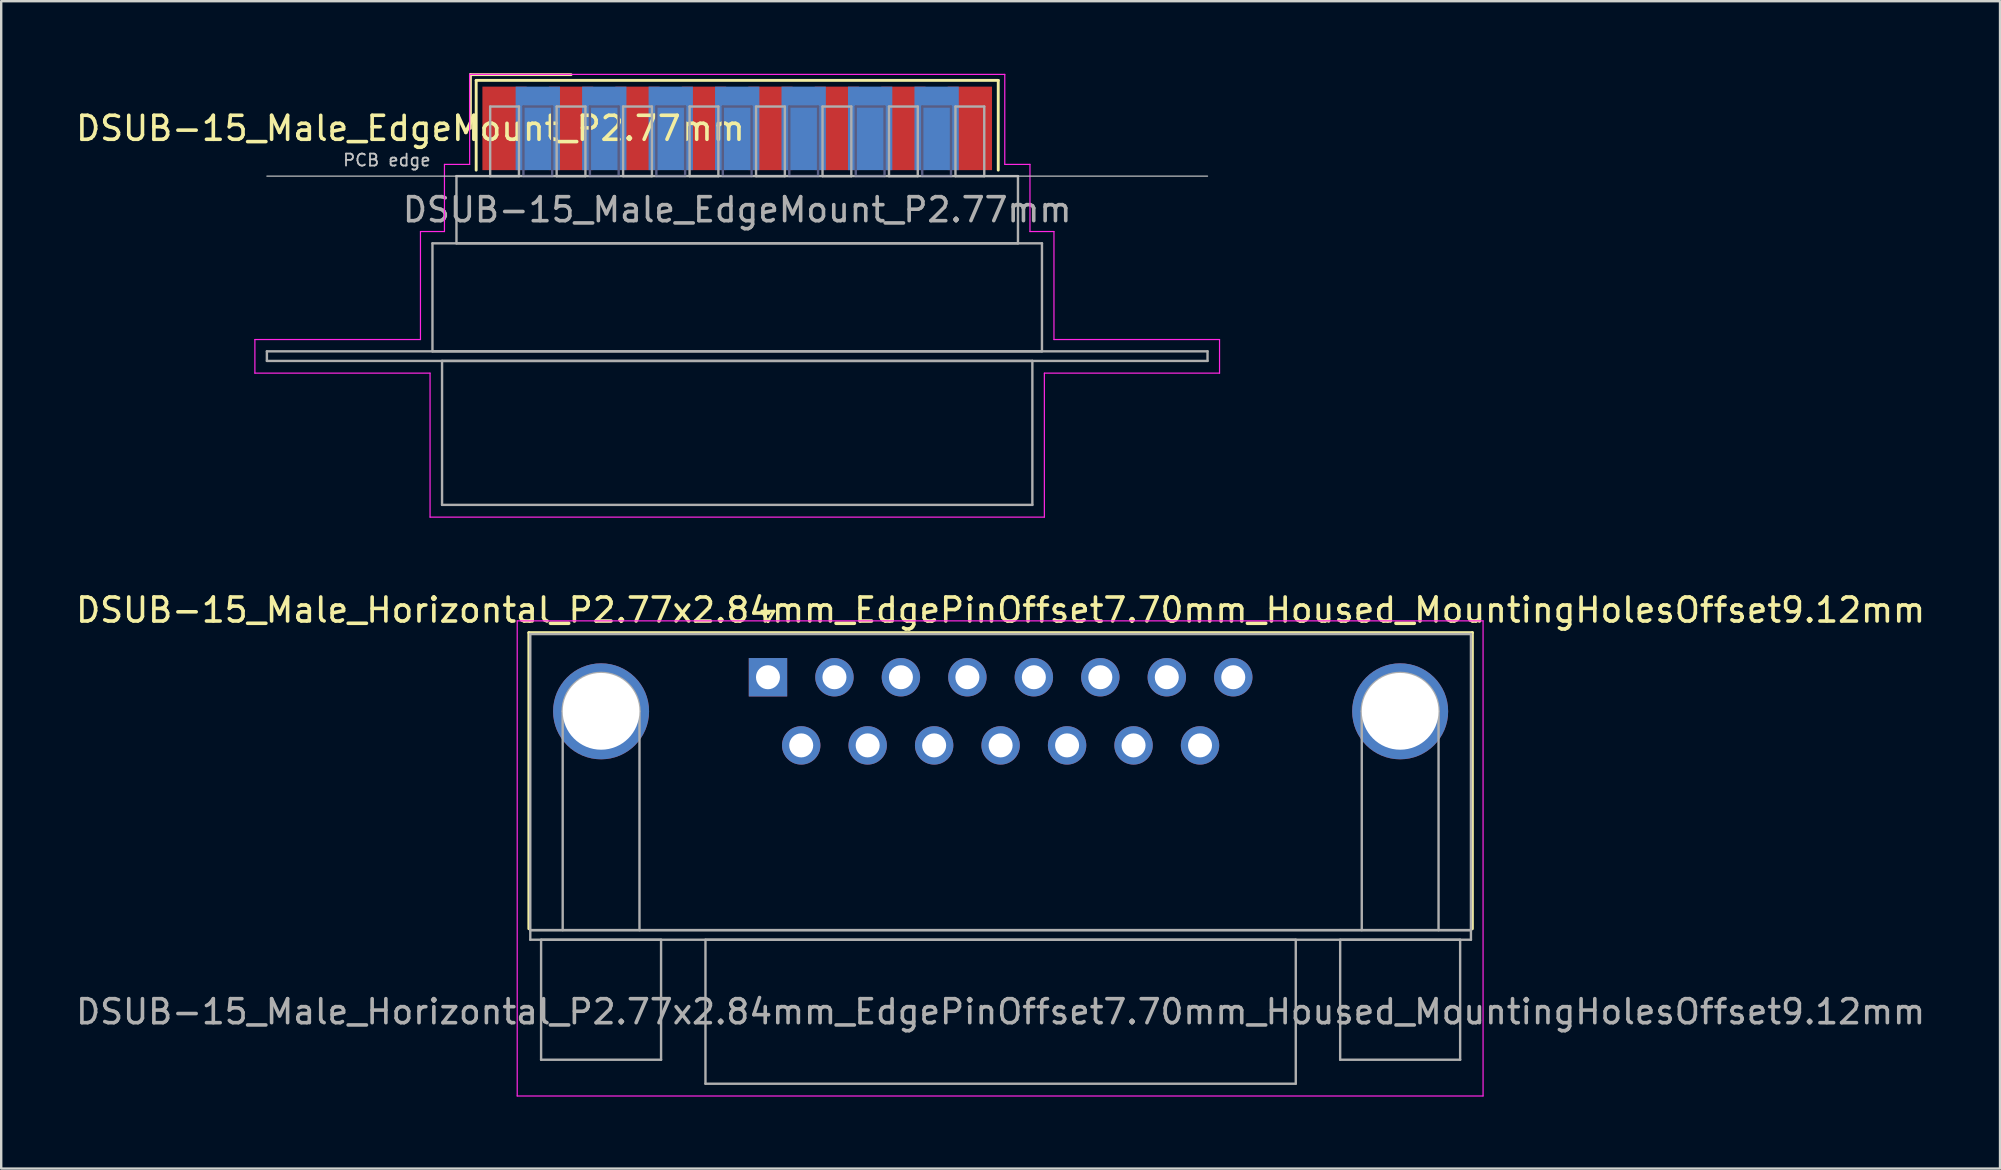
<source format=kicad_pcb>
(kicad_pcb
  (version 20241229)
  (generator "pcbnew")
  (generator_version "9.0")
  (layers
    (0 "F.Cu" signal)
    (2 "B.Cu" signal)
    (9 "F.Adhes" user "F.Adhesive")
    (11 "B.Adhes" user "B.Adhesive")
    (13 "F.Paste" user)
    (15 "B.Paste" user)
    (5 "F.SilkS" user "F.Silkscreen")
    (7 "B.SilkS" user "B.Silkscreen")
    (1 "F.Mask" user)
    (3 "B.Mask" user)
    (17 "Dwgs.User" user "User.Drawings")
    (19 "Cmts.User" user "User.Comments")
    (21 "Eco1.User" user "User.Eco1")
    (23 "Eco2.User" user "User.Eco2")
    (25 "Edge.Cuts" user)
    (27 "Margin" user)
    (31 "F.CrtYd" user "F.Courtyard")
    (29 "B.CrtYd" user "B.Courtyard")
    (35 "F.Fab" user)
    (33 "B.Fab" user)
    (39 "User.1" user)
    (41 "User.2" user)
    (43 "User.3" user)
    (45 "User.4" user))
  (footprint "DSUB-15_Male_EdgeMount_P2.77mm"
    (layer "F.Cu")
    (at 27.672 2.3)
    (property "Reference" "DSUB-15_Male_EdgeMount_P2.77mm" (at -13.618 0 0) (layer "F.SilkS") (effects (font (size 1 1) (thickness 0.15))))
    (attr smd)
    (fp_line (start -11.118 -2.24) (end -6.925 -2.24) (stroke (width 0.12) (type solid)) (layer "F.SilkS"))
    (fp_line (start -11.118 0) (end -11.118 -2.24) (stroke (width 0.12) (type solid)) (layer "F.SilkS"))
    (fp_line (start -10.878 -2) (end -10.878 1.74) (stroke (width 0.12) (type solid)) (layer "F.SilkS"))
    (fp_line (start 10.878 -2) (end -10.878 -2) (stroke (width 0.12) (type solid)) (layer "F.SilkS"))
    (fp_line (start 10.878 1.74) (end 10.878 -2) (stroke (width 0.12) (type solid)) (layer "F.SilkS"))
    (fp_line (start -19.6 1.99) (end 19.6 1.99) (stroke (width 0.05) (type solid)) (layer "Dwgs.User"))
    (fp_line (start -20.1 8.8) (end -13.2 8.8) (stroke (width 0.05) (type solid)) (layer "F.CrtYd"))
    (fp_line (start -20.1 10.2) (end -20.1 8.8) (stroke (width 0.05) (type solid)) (layer "F.CrtYd"))
    (fp_line (start -13.2 4.3) (end -12.2 4.3) (stroke (width 0.05) (type solid)) (layer "F.CrtYd"))
    (fp_line (start -13.2 8.8) (end -13.2 4.3) (stroke (width 0.05) (type solid)) (layer "F.CrtYd"))
    (fp_line (start -12.8 10.2) (end -20.1 10.2) (stroke (width 0.05) (type solid)) (layer "F.CrtYd"))
    (fp_line (start -12.8 16.2) (end -12.8 10.2) (stroke (width 0.05) (type solid)) (layer "F.CrtYd"))
    (fp_line (start -12.2 1.5) (end -11.15 1.5) (stroke (width 0.05) (type solid)) (layer "F.CrtYd"))
    (fp_line (start -12.2 4.3) (end -12.2 1.5) (stroke (width 0.05) (type solid)) (layer "F.CrtYd"))
    (fp_line (start -11.15 -2.25) (end 11.15 -2.25) (stroke (width 0.05) (type solid)) (layer "F.CrtYd"))
    (fp_line (start -11.15 1.5) (end -11.15 -2.25) (stroke (width 0.05) (type solid)) (layer "F.CrtYd"))
    (fp_line (start 11.15 -2.25) (end 11.15 1.5) (stroke (width 0.05) (type solid)) (layer "F.CrtYd"))
    (fp_line (start 11.15 1.5) (end 12.2 1.5) (stroke (width 0.05) (type solid)) (layer "F.CrtYd"))
    (fp_line (start 12.2 1.5) (end 12.2 4.3) (stroke (width 0.05) (type solid)) (layer "F.CrtYd"))
    (fp_line (start 12.2 4.3) (end 13.2 4.3) (stroke (width 0.05) (type solid)) (layer "F.CrtYd"))
    (fp_line (start 12.8 10.2) (end 12.8 16.2) (stroke (width 0.05) (type solid)) (layer "F.CrtYd"))
    (fp_line (start 12.8 16.2) (end -12.8 16.2) (stroke (width 0.05) (type solid)) (layer "F.CrtYd"))
    (fp_line (start 13.2 4.3) (end 13.2 8.8) (stroke (width 0.05) (type solid)) (layer "F.CrtYd"))
    (fp_line (start 13.2 8.8) (end 20.1 8.8) (stroke (width 0.05) (type solid)) (layer "F.CrtYd"))
    (fp_line (start 20.1 8.8) (end 20.1 10.2) (stroke (width 0.05) (type solid)) (layer "F.CrtYd"))
    (fp_line (start 20.1 10.2) (end 12.8 10.2) (stroke (width 0.05) (type solid)) (layer "F.CrtYd"))
    (fp_line (start -8.91 -0.91) (end -8.91 1.99) (stroke (width 0.1) (type solid)) (layer "B.Fab"))
    (fp_line (start -8.91 1.99) (end -7.71 1.99) (stroke (width 0.1) (type solid)) (layer "B.Fab"))
    (fp_line (start -7.71 -0.91) (end -8.91 -0.91) (stroke (width 0.1) (type solid)) (layer "B.Fab"))
    (fp_line (start -7.71 1.99) (end -7.71 -0.91) (stroke (width 0.1) (type solid)) (layer "B.Fab"))
    (fp_line (start -6.14 -0.91) (end -6.14 1.99) (stroke (width 0.1) (type solid)) (layer "B.Fab"))
    (fp_line (start -6.14 1.99) (end -4.94 1.99) (stroke (width 0.1) (type solid)) (layer "B.Fab"))
    (fp_line (start -4.94 -0.91) (end -6.14 -0.91) (stroke (width 0.1) (type solid)) (layer "B.Fab"))
    (fp_line (start -4.94 1.99) (end -4.94 -0.91) (stroke (width 0.1) (type solid)) (layer "B.Fab"))
    (fp_line (start -3.37 -0.91) (end -3.37 1.99) (stroke (width 0.1) (type solid)) (layer "B.Fab"))
    (fp_line (start -3.37 1.99) (end -2.17 1.99) (stroke (width 0.1) (type solid)) (layer "B.Fab"))
    (fp_line (start -2.17 -0.91) (end -3.37 -0.91) (stroke (width 0.1) (type solid)) (layer "B.Fab"))
    (fp_line (start -2.17 1.99) (end -2.17 -0.91) (stroke (width 0.1) (type solid)) (layer "B.Fab"))
    (fp_line (start -0.6 -0.91) (end -0.6 1.99) (stroke (width 0.1) (type solid)) (layer "B.Fab"))
    (fp_line (start -0.6 1.99) (end 0.6 1.99) (stroke (width 0.1) (type solid)) (layer "B.Fab"))
    (fp_line (start 0.6 -0.91) (end -0.6 -0.91) (stroke (width 0.1) (type solid)) (layer "B.Fab"))
    (fp_line (start 0.6 1.99) (end 0.6 -0.91) (stroke (width 0.1) (type solid)) (layer "B.Fab"))
    (fp_line (start 2.17 -0.91) (end 2.17 1.99) (stroke (width 0.1) (type solid)) (layer "B.Fab"))
    (fp_line (start 2.17 1.99) (end 3.37 1.99) (stroke (width 0.1) (type solid)) (layer "B.Fab"))
    (fp_line (start 3.37 -0.91) (end 2.17 -0.91) (stroke (width 0.1) (type solid)) (layer "B.Fab"))
    (fp_line (start 3.37 1.99) (end 3.37 -0.91) (stroke (width 0.1) (type solid)) (layer "B.Fab"))
    (fp_line (start 4.94 -0.91) (end 4.94 1.99) (stroke (width 0.1) (type solid)) (layer "B.Fab"))
    (fp_line (start 4.94 1.99) (end 6.14 1.99) (stroke (width 0.1) (type solid)) (layer "B.Fab"))
    (fp_line (start 6.14 -0.91) (end 4.94 -0.91) (stroke (width 0.1) (type solid)) (layer "B.Fab"))
    (fp_line (start 6.14 1.99) (end 6.14 -0.91) (stroke (width 0.1) (type solid)) (layer "B.Fab"))
    (fp_line (start 7.71 -0.91) (end 7.71 1.99) (stroke (width 0.1) (type solid)) (layer "B.Fab"))
    (fp_line (start 7.71 1.99) (end 8.91 1.99) (stroke (width 0.1) (type solid)) (layer "B.Fab"))
    (fp_line (start 8.91 -0.91) (end 7.71 -0.91) (stroke (width 0.1) (type solid)) (layer "B.Fab"))
    (fp_line (start 8.91 1.99) (end 8.91 -0.91) (stroke (width 0.1) (type solid)) (layer "B.Fab"))
    (fp_line (start -19.6 9.29) (end -19.6 9.69) (stroke (width 0.1) (type solid)) (layer "F.Fab"))
    (fp_line (start -19.6 9.69) (end 19.6 9.69) (stroke (width 0.1) (type solid)) (layer "F.Fab"))
    (fp_line (start -12.7 4.79) (end -12.7 9.29) (stroke (width 0.1) (type solid)) (layer "F.Fab"))
    (fp_line (start -12.7 9.29) (end 12.7 9.29) (stroke (width 0.1) (type solid)) (layer "F.Fab"))
    (fp_line (start -12.3 9.69) (end -12.3 15.69) (stroke (width 0.1) (type solid)) (layer "F.Fab"))
    (fp_line (start -12.3 15.69) (end 12.3 15.69) (stroke (width 0.1) (type solid)) (layer "F.Fab"))
    (fp_line (start -11.7 1.99) (end -11.7 4.79) (stroke (width 0.1) (type solid)) (layer "F.Fab"))
    (fp_line (start -11.7 4.79) (end 11.7 4.79) (stroke (width 0.1) (type solid)) (layer "F.Fab"))
    (fp_line (start -10.295 -0.91) (end -10.295 1.99) (stroke (width 0.1) (type solid)) (layer "F.Fab"))
    (fp_line (start -10.295 1.99) (end -9.095 1.99) (stroke (width 0.1) (type solid)) (layer "F.Fab"))
    (fp_line (start -9.095 -0.91) (end -10.295 -0.91) (stroke (width 0.1) (type solid)) (layer "F.Fab"))
    (fp_line (start -9.095 1.99) (end -9.095 -0.91) (stroke (width 0.1) (type solid)) (layer "F.Fab"))
    (fp_line (start -7.525 -0.91) (end -7.525 1.99) (stroke (width 0.1) (type solid)) (layer "F.Fab"))
    (fp_line (start -7.525 1.99) (end -6.325 1.99) (stroke (width 0.1) (type solid)) (layer "F.Fab"))
    (fp_line (start -6.325 -0.91) (end -7.525 -0.91) (stroke (width 0.1) (type solid)) (layer "F.Fab"))
    (fp_line (start -6.325 1.99) (end -6.325 -0.91) (stroke (width 0.1) (type solid)) (layer "F.Fab"))
    (fp_line (start -4.755 -0.91) (end -4.755 1.99) (stroke (width 0.1) (type solid)) (layer "F.Fab"))
    (fp_line (start -4.755 1.99) (end -3.555 1.99) (stroke (width 0.1) (type solid)) (layer "F.Fab"))
    (fp_line (start -3.555 -0.91) (end -4.755 -0.91) (stroke (width 0.1) (type solid)) (layer "F.Fab"))
    (fp_line (start -3.555 1.99) (end -3.555 -0.91) (stroke (width 0.1) (type solid)) (layer "F.Fab"))
    (fp_line (start -1.985 -0.91) (end -1.985 1.99) (stroke (width 0.1) (type solid)) (layer "F.Fab"))
    (fp_line (start -1.985 1.99) (end -0.785 1.99) (stroke (width 0.1) (type solid)) (layer "F.Fab"))
    (fp_line (start -0.785 -0.91) (end -1.985 -0.91) (stroke (width 0.1) (type solid)) (layer "F.Fab"))
    (fp_line (start -0.785 1.99) (end -0.785 -0.91) (stroke (width 0.1) (type solid)) (layer "F.Fab"))
    (fp_line (start 0.785 -0.91) (end 0.785 1.99) (stroke (width 0.1) (type solid)) (layer "F.Fab"))
    (fp_line (start 0.785 1.99) (end 1.985 1.99) (stroke (width 0.1) (type solid)) (layer "F.Fab"))
    (fp_line (start 1.985 -0.91) (end 0.785 -0.91) (stroke (width 0.1) (type solid)) (layer "F.Fab"))
    (fp_line (start 1.985 1.99) (end 1.985 -0.91) (stroke (width 0.1) (type solid)) (layer "F.Fab"))
    (fp_line (start 3.555 -0.91) (end 3.555 1.99) (stroke (width 0.1) (type solid)) (layer "F.Fab"))
    (fp_line (start 3.555 1.99) (end 4.755 1.99) (stroke (width 0.1) (type solid)) (layer "F.Fab"))
    (fp_line (start 4.755 -0.91) (end 3.555 -0.91) (stroke (width 0.1) (type solid)) (layer "F.Fab"))
    (fp_line (start 4.755 1.99) (end 4.755 -0.91) (stroke (width 0.1) (type solid)) (layer "F.Fab"))
    (fp_line (start 6.325 -0.91) (end 6.325 1.99) (stroke (width 0.1) (type solid)) (layer "F.Fab"))
    (fp_line (start 6.325 1.99) (end 7.525 1.99) (stroke (width 0.1) (type solid)) (layer "F.Fab"))
    (fp_line (start 7.525 -0.91) (end 6.325 -0.91) (stroke (width 0.1) (type solid)) (layer "F.Fab"))
    (fp_line (start 7.525 1.99) (end 7.525 -0.91) (stroke (width 0.1) (type solid)) (layer "F.Fab"))
    (fp_line (start 9.095 -0.91) (end 9.095 1.99) (stroke (width 0.1) (type solid)) (layer "F.Fab"))
    (fp_line (start 9.095 1.99) (end 10.295 1.99) (stroke (width 0.1) (type solid)) (layer "F.Fab"))
    (fp_line (start 10.295 -0.91) (end 9.095 -0.91) (stroke (width 0.1) (type solid)) (layer "F.Fab"))
    (fp_line (start 10.295 1.99) (end 10.295 -0.91) (stroke (width 0.1) (type solid)) (layer "F.Fab"))
    (fp_line (start 11.7 1.99) (end -11.7 1.99) (stroke (width 0.1) (type solid)) (layer "F.Fab"))
    (fp_line (start 11.7 4.79) (end 11.7 1.99) (stroke (width 0.1) (type solid)) (layer "F.Fab"))
    (fp_line (start 12.3 9.69) (end -12.3 9.69) (stroke (width 0.1) (type solid)) (layer "F.Fab"))
    (fp_line (start 12.3 15.69) (end 12.3 9.69) (stroke (width 0.1) (type solid)) (layer "F.Fab"))
    (fp_line (start 12.7 4.79) (end -12.7 4.79) (stroke (width 0.1) (type solid)) (layer "F.Fab"))
    (fp_line (start 12.7 9.29) (end 12.7 4.79) (stroke (width 0.1) (type solid)) (layer "F.Fab"))
    (fp_line (start 19.6 9.29) (end -19.6 9.29) (stroke (width 0.1) (type solid)) (layer "F.Fab"))
    (fp_line (start 19.6 9.69) (end 19.6 9.29) (stroke (width 0.1) (type solid)) (layer "F.Fab"))
    (fp_text user "PCB edge" (at -14.6 1.323 0) (layer "Dwgs.User") (effects (font (size 0.5 0.5) (thickness 0.075))))
    (fp_text user "${REFERENCE}" (at 0 3.39 0) (layer "F.Fab") (effects (font (size 1 1) (thickness 0.15))))
    (pad "1" smd rect (at -9.695 0) (size 1.847 3.48) (layers "F.Cu" "F.Mask" "F.Paste"))
    (pad "2" smd rect (at -6.925 0) (size 1.847 3.48) (layers "F.Cu" "F.Mask" "F.Paste"))
    (pad "3" smd rect (at -4.155 0) (size 1.847 3.48) (layers "F.Cu" "F.Mask" "F.Paste"))
    (pad "4" smd rect (at -1.385 0) (size 1.847 3.48) (layers "F.Cu" "F.Mask" "F.Paste"))
    (pad "5" smd rect (at 1.385 0) (size 1.847 3.48) (layers "F.Cu" "F.Mask" "F.Paste"))
    (pad "6" smd rect (at 4.155 0) (size 1.847 3.48) (layers "F.Cu" "F.Mask" "F.Paste"))
    (pad "7" smd rect (at 6.925 0) (size 1.847 3.48) (layers "F.Cu" "F.Mask" "F.Paste"))
    (pad "8" smd rect (at 9.695 0) (size 1.847 3.48) (layers "F.Cu" "F.Mask" "F.Paste"))
    (pad "9" smd rect (at -8.31 0) (size 1.847 3.48) (layers "B.Cu" "B.Mask" "B.Paste"))
    (pad "10" smd rect (at -5.54 0) (size 1.847 3.48) (layers "B.Cu" "B.Mask" "B.Paste"))
    (pad "11" smd rect (at -2.77 0) (size 1.847 3.48) (layers "B.Cu" "B.Mask" "B.Paste"))
    (pad "12" smd rect (at 0 0) (size 1.847 3.48) (layers "B.Cu" "B.Mask" "B.Paste"))
    (pad "13" smd rect (at 2.77 0) (size 1.847 3.48) (layers "B.Cu" "B.Mask" "B.Paste"))
    (pad "14" smd rect (at 5.54 0) (size 1.847 3.48) (layers "B.Cu" "B.Mask" "B.Paste"))
    (pad "15" smd rect (at 8.31 0) (size 1.847 3.48) (layers "B.Cu" "B.Mask" "B.Paste")))
  (footprint "DSUB-15_Male_Horizontal_P2.77x2.84mm_EdgePinOffset7.70mm_Housed_MountingHolesOffset9.12mm"
    (layer "F.Cu")
    (at 28.954 25.173)
    (property "Reference" "DSUB-15_Male_Horizontal_P2.77x2.84mm_EdgePinOffset7.70mm_Housed_MountingHolesOffset9.12mm" (at 9.695 -2.8 0) (layer "F.SilkS") (effects (font (size 1 1) (thickness 0.15))))
    (attr through_hole)
    (fp_line (start -9.965 -1.86) (end 29.355 -1.86) (stroke (width 0.12) (type solid)) (layer "F.SilkS"))
    (fp_line (start -9.965 10.48) (end -9.965 -1.86) (stroke (width 0.12) (type solid)) (layer "F.SilkS"))
    (fp_line (start -0.25 -2.754) (end 0.25 -2.754) (stroke (width 0.12) (type solid)) (layer "F.SilkS"))
    (fp_line (start 0 -2.321) (end -0.25 -2.754) (stroke (width 0.12) (type solid)) (layer "F.SilkS"))
    (fp_line (start 0.25 -2.754) (end 0 -2.321) (stroke (width 0.12) (type solid)) (layer "F.SilkS"))
    (fp_line (start 29.355 -1.86) (end 29.355 10.48) (stroke (width 0.12) (type solid)) (layer "F.SilkS"))
    (fp_line (start -10.45 -2.35) (end -10.45 17.45) (stroke (width 0.05) (type solid)) (layer "F.CrtYd"))
    (fp_line (start -10.45 17.45) (end 29.8 17.45) (stroke (width 0.05) (type solid)) (layer "F.CrtYd"))
    (fp_line (start 29.8 -2.35) (end -10.45 -2.35) (stroke (width 0.05) (type solid)) (layer "F.CrtYd"))
    (fp_line (start 29.8 17.45) (end 29.8 -2.35) (stroke (width 0.05) (type solid)) (layer "F.CrtYd"))
    (fp_line (start -9.905 -1.8) (end -9.905 10.54) (stroke (width 0.1) (type solid)) (layer "F.Fab"))
    (fp_line (start -9.905 10.54) (end -9.905 10.94) (stroke (width 0.1) (type solid)) (layer "F.Fab"))
    (fp_line (start -9.905 10.54) (end 29.295 10.54) (stroke (width 0.1) (type solid)) (layer "F.Fab"))
    (fp_line (start -9.905 10.94) (end 29.295 10.94) (stroke (width 0.1) (type solid)) (layer "F.Fab"))
    (fp_line (start -9.455 10.94) (end -9.455 15.94) (stroke (width 0.1) (type solid)) (layer "F.Fab"))
    (fp_line (start -9.455 15.94) (end -4.455 15.94) (stroke (width 0.1) (type solid)) (layer "F.Fab"))
    (fp_line (start -8.555 10.54) (end -8.555 1.42) (stroke (width 0.1) (type solid)) (layer "F.Fab"))
    (fp_line (start -5.355 10.54) (end -5.355 1.42) (stroke (width 0.1) (type solid)) (layer "F.Fab"))
    (fp_line (start -4.455 10.94) (end -9.455 10.94) (stroke (width 0.1) (type solid)) (layer "F.Fab"))
    (fp_line (start -4.455 15.94) (end -4.455 10.94) (stroke (width 0.1) (type solid)) (layer "F.Fab"))
    (fp_line (start -2.605 10.94) (end -2.605 16.94) (stroke (width 0.1) (type solid)) (layer "F.Fab"))
    (fp_line (start -2.605 16.94) (end 21.995 16.94) (stroke (width 0.1) (type solid)) (layer "F.Fab"))
    (fp_line (start 21.995 10.94) (end -2.605 10.94) (stroke (width 0.1) (type solid)) (layer "F.Fab"))
    (fp_line (start 21.995 16.94) (end 21.995 10.94) (stroke (width 0.1) (type solid)) (layer "F.Fab"))
    (fp_line (start 23.845 10.94) (end 23.845 15.94) (stroke (width 0.1) (type solid)) (layer "F.Fab"))
    (fp_line (start 23.845 15.94) (end 28.845 15.94) (stroke (width 0.1) (type solid)) (layer "F.Fab"))
    (fp_line (start 24.745 10.54) (end 24.745 1.42) (stroke (width 0.1) (type solid)) (layer "F.Fab"))
    (fp_line (start 27.945 10.54) (end 27.945 1.42) (stroke (width 0.1) (type solid)) (layer "F.Fab"))
    (fp_line (start 28.845 10.94) (end 23.845 10.94) (stroke (width 0.1) (type solid)) (layer "F.Fab"))
    (fp_line (start 28.845 15.94) (end 28.845 10.94) (stroke (width 0.1) (type solid)) (layer "F.Fab"))
    (fp_line (start 29.295 -1.8) (end -9.905 -1.8) (stroke (width 0.1) (type solid)) (layer "F.Fab"))
    (fp_line (start 29.295 10.54) (end -9.905 10.54) (stroke (width 0.1) (type solid)) (layer "F.Fab"))
    (fp_line (start 29.295 10.54) (end 29.295 -1.8) (stroke (width 0.1) (type solid)) (layer "F.Fab"))
    (fp_line (start 29.295 10.94) (end 29.295 10.54) (stroke (width 0.1) (type solid)) (layer "F.Fab"))
    (fp_arc (start -8.555 1.42) (mid -6.955 -0.18) (end -5.355 1.42) (stroke (width 0.1) (type solid)) (layer "F.Fab"))
    (fp_arc (start 24.745 1.42) (mid 26.345 -0.18) (end 27.945 1.42) (stroke (width 0.1) (type solid)) (layer "F.Fab"))
    (fp_text user "${REFERENCE}" (at 9.695 13.94 0) (layer "F.Fab") (effects (font (size 1 1) (thickness 0.15))))
    (pad "0" thru_hole circle (at -6.955 1.42) (size 4 4) (drill 3.2) (layers "*.Cu" "*.Mask"))
    (pad "0" thru_hole circle (at 26.345 1.42) (size 4 4) (drill 3.2) (layers "*.Cu" "*.Mask"))
    (pad "1" thru_hole rect (at 0 0) (size 1.6 1.6) (drill 1) (layers "*.Cu" "*.Mask"))
    (pad "2" thru_hole circle (at 2.77 0) (size 1.6 1.6) (drill 1) (layers "*.Cu" "*.Mask"))
    (pad "3" thru_hole circle (at 5.54 0) (size 1.6 1.6) (drill 1) (layers "*.Cu" "*.Mask"))
    (pad "4" thru_hole circle (at 8.31 0) (size 1.6 1.6) (drill 1) (layers "*.Cu" "*.Mask"))
    (pad "5" thru_hole circle (at 11.08 0) (size 1.6 1.6) (drill 1) (layers "*.Cu" "*.Mask"))
    (pad "6" thru_hole circle (at 13.85 0) (size 1.6 1.6) (drill 1) (layers "*.Cu" "*.Mask"))
    (pad "7" thru_hole circle (at 16.62 0) (size 1.6 1.6) (drill 1) (layers "*.Cu" "*.Mask"))
    (pad "8" thru_hole circle (at 19.39 0) (size 1.6 1.6) (drill 1) (layers "*.Cu" "*.Mask"))
    (pad "9" thru_hole circle (at 1.385 2.84) (size 1.6 1.6) (drill 1) (layers "*.Cu" "*.Mask"))
    (pad "10" thru_hole circle (at 4.155 2.84) (size 1.6 1.6) (drill 1) (layers "*.Cu" "*.Mask"))
    (pad "11" thru_hole circle (at 6.925 2.84) (size 1.6 1.6) (drill 1) (layers "*.Cu" "*.Mask"))
    (pad "12" thru_hole circle (at 9.695 2.84) (size 1.6 1.6) (drill 1) (layers "*.Cu" "*.Mask"))
    (pad "13" thru_hole circle (at 12.465 2.84) (size 1.6 1.6) (drill 1) (layers "*.Cu" "*.Mask"))
    (pad "14" thru_hole circle (at 15.235 2.84) (size 1.6 1.6) (drill 1) (layers "*.Cu" "*.Mask"))
    (pad "15" thru_hole circle (at 18.005 2.84) (size 1.6 1.6) (drill 1) (layers "*.Cu" "*.Mask")))
  (gr_rect
    (start -3 -3)
    (end 80.298 45.648)
    (stroke (width 0.1) (type default))
    (fill no)
    (layer "Edge.Cuts")))
</source>
